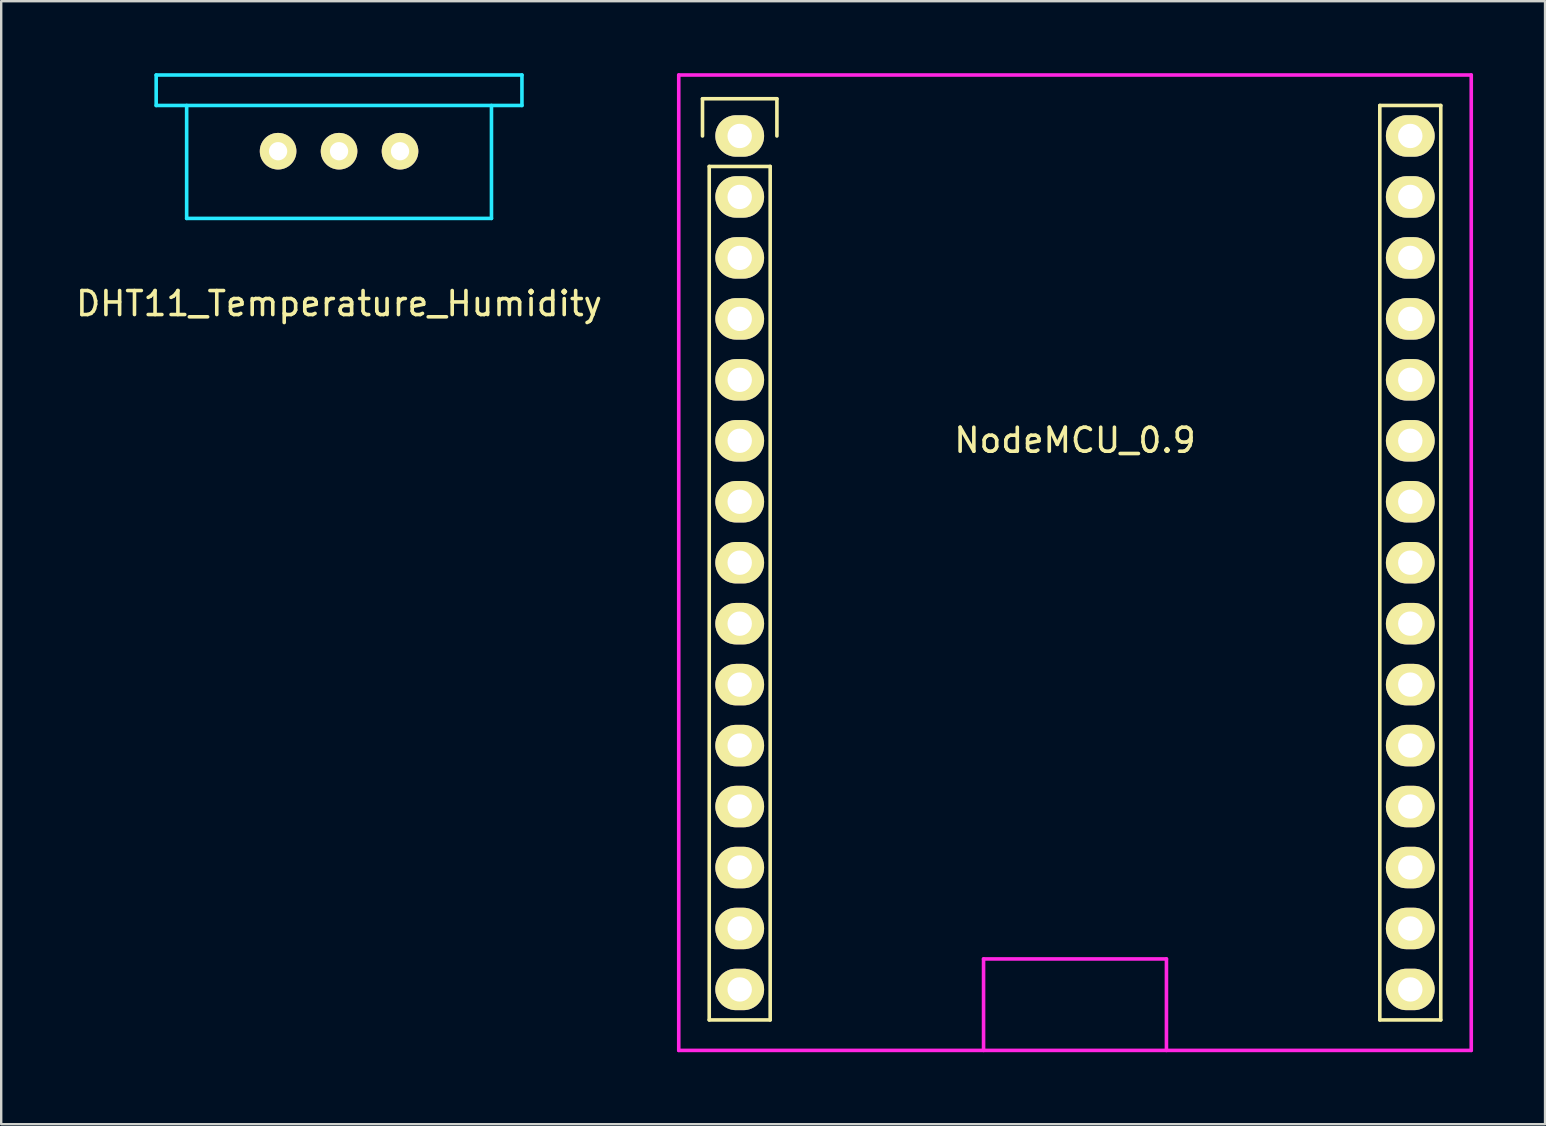
<source format=kicad_pcb>
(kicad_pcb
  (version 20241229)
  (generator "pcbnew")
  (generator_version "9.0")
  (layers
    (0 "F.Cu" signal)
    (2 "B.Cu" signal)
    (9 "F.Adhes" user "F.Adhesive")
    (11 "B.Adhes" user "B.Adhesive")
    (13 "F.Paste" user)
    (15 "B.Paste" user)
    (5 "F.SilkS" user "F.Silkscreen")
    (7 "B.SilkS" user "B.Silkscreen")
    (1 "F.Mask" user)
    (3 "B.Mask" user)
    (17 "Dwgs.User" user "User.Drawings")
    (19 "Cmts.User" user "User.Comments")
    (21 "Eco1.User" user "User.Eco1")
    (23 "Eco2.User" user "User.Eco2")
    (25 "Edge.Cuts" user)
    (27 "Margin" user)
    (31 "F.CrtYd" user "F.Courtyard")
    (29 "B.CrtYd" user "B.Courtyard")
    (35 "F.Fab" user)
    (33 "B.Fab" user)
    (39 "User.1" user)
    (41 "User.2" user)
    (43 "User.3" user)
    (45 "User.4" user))
  (footprint "NodeMCU_0.9"
    (layer "F.Cu")
    (at 27.77 2.615)
    (property "Reference" "NodeMCU_0.9" (at 13.97 12.68 0) (layer "F.SilkS") (effects (font (size 1 1) (thickness 0.15))))
    (attr through_hole)
    (fp_line (start -1.55 -1.55) (end 1.55 -1.55) (stroke (width 0.15) (type solid)) (layer "F.SilkS"))
    (fp_line (start -1.55 0) (end -1.55 -1.55) (stroke (width 0.15) (type solid)) (layer "F.SilkS"))
    (fp_line (start -1.27 1.27) (end -1.27 36.83) (stroke (width 0.15) (type solid)) (layer "F.SilkS"))
    (fp_line (start -1.27 36.83) (end 1.27 36.83) (stroke (width 0.15) (type solid)) (layer "F.SilkS"))
    (fp_line (start 1.27 1.27) (end -1.27 1.27) (stroke (width 0.15) (type solid)) (layer "F.SilkS"))
    (fp_line (start 1.27 36.83) (end 1.27 1.27) (stroke (width 0.15) (type solid)) (layer "F.SilkS"))
    (fp_line (start 1.55 -1.55) (end 1.55 0) (stroke (width 0.15) (type solid)) (layer "F.SilkS"))
    (fp_line (start 26.67 -1.27) (end 26.67 36.83) (stroke (width 0.15) (type solid)) (layer "F.SilkS"))
    (fp_line (start 26.67 36.83) (end 29.21 36.83) (stroke (width 0.15) (type solid)) (layer "F.SilkS"))
    (fp_line (start 29.21 -1.27) (end 26.67 -1.27) (stroke (width 0.15) (type solid)) (layer "F.SilkS"))
    (fp_line (start 29.21 36.83) (end 29.21 -1.27) (stroke (width 0.15) (type solid)) (layer "F.SilkS"))
    (fp_line (start -2.54 -2.54) (end 30.48 -2.54) (stroke (width 0.15) (type solid)) (layer "F.CrtYd"))
    (fp_line (start -2.54 38.1) (end -2.54 -2.54) (stroke (width 0.15) (type solid)) (layer "F.CrtYd"))
    (fp_line (start -2.54 38.1) (end 30.48 38.1) (stroke (width 0.15) (type solid)) (layer "F.CrtYd"))
    (fp_line (start 10.16 34.29) (end 17.78 34.29) (stroke (width 0.15) (type solid)) (layer "F.CrtYd"))
    (fp_line (start 10.16 38.1) (end 10.16 34.29) (stroke (width 0.15) (type solid)) (layer "F.CrtYd"))
    (fp_line (start 17.78 34.29) (end 17.78 38.1) (stroke (width 0.15) (type solid)) (layer "F.CrtYd"))
    (fp_line (start 30.48 -2.54) (end 30.48 38.1) (stroke (width 0.15) (type solid)) (layer "F.CrtYd"))
    (pad "1" thru_hole oval (at 0 0) (size 2.032 1.727) (drill 1.016) (layers "*.Cu" "*.Mask" "F.SilkS"))
    (pad "2" thru_hole oval (at 0 2.54) (size 2.032 1.727) (drill 1.016) (layers "*.Cu" "*.Mask" "F.SilkS"))
    (pad "3" thru_hole oval (at 0 5.08) (size 2.032 1.727) (drill 1.016) (layers "*.Cu" "*.Mask" "F.SilkS"))
    (pad "4" thru_hole oval (at 0 7.62) (size 2.032 1.727) (drill 1.016) (layers "*.Cu" "*.Mask" "F.SilkS"))
    (pad "5" thru_hole oval (at 0 10.16) (size 2.032 1.727) (drill 1.016) (layers "*.Cu" "*.Mask" "F.SilkS"))
    (pad "6" thru_hole oval (at 0 12.7) (size 2.032 1.727) (drill 1.016) (layers "*.Cu" "*.Mask" "F.SilkS"))
    (pad "7" thru_hole oval (at 0 15.24) (size 2.032 1.727) (drill 1.016) (layers "*.Cu" "*.Mask" "F.SilkS"))
    (pad "8" thru_hole oval (at 0 17.78) (size 2.032 1.727) (drill 1.016) (layers "*.Cu" "*.Mask" "F.SilkS"))
    (pad "9" thru_hole oval (at 0 20.32) (size 2.032 1.727) (drill 1.016) (layers "*.Cu" "*.Mask" "F.SilkS"))
    (pad "10" thru_hole oval (at 0 22.86) (size 2.032 1.727) (drill 1.016) (layers "*.Cu" "*.Mask" "F.SilkS"))
    (pad "11" thru_hole oval (at 0 25.4) (size 2.032 1.727) (drill 1.016) (layers "*.Cu" "*.Mask" "F.SilkS"))
    (pad "12" thru_hole oval (at 0 27.94) (size 2.032 1.727) (drill 1.016) (layers "*.Cu" "*.Mask" "F.SilkS"))
    (pad "13" thru_hole oval (at 0 30.48) (size 2.032 1.727) (drill 1.016) (layers "*.Cu" "*.Mask" "F.SilkS"))
    (pad "14" thru_hole oval (at 0 33.02) (size 2.032 1.727) (drill 1.016) (layers "*.Cu" "*.Mask" "F.SilkS"))
    (pad "15" thru_hole oval (at 0 35.56) (size 2.032 1.727) (drill 1.016) (layers "*.Cu" "*.Mask" "F.SilkS"))
    (pad "16" thru_hole oval (at 27.94 35.56) (size 2.032 1.727) (drill 1.016) (layers "*.Cu" "*.Mask" "F.SilkS"))
    (pad "17" thru_hole oval (at 27.94 33.02) (size 2.032 1.727) (drill 1.016) (layers "*.Cu" "*.Mask" "F.SilkS"))
    (pad "18" thru_hole oval (at 27.94 30.48) (size 2.032 1.727) (drill 1.016) (layers "*.Cu" "*.Mask" "F.SilkS"))
    (pad "19" thru_hole oval (at 27.94 27.94) (size 2.032 1.727) (drill 1.016) (layers "*.Cu" "*.Mask" "F.SilkS"))
    (pad "20" thru_hole oval (at 27.94 25.4) (size 2.032 1.727) (drill 1.016) (layers "*.Cu" "*.Mask" "F.SilkS"))
    (pad "21" thru_hole oval (at 27.94 22.86) (size 2.032 1.727) (drill 1.016) (layers "*.Cu" "*.Mask" "F.SilkS"))
    (pad "22" thru_hole oval (at 27.94 20.32) (size 2.032 1.727) (drill 1.016) (layers "*.Cu" "*.Mask" "F.SilkS"))
    (pad "23" thru_hole oval (at 27.94 17.78) (size 2.032 1.727) (drill 1.016) (layers "*.Cu" "*.Mask" "F.SilkS"))
    (pad "24" thru_hole oval (at 27.94 15.24) (size 2.032 1.727) (drill 1.016) (layers "*.Cu" "*.Mask" "F.SilkS"))
    (pad "25" thru_hole oval (at 27.94 12.7) (size 2.032 1.727) (drill 1.016) (layers "*.Cu" "*.Mask" "F.SilkS"))
    (pad "26" thru_hole oval (at 27.94 10.16) (size 2.032 1.727) (drill 1.016) (layers "*.Cu" "*.Mask" "F.SilkS"))
    (pad "27" thru_hole oval (at 27.94 7.62) (size 2.032 1.727) (drill 1.016) (layers "*.Cu" "*.Mask" "F.SilkS"))
    (pad "28" thru_hole oval (at 27.94 5.08) (size 2.032 1.727) (drill 1.016) (layers "*.Cu" "*.Mask" "F.SilkS"))
    (pad "29" thru_hole oval (at 27.94 2.54) (size 2.032 1.727) (drill 1.016) (layers "*.Cu" "*.Mask" "F.SilkS"))
    (pad "30" thru_hole oval (at 27.94 0) (size 2.032 1.727) (drill 1.016) (layers "*.Cu" "*.Mask" "F.SilkS")))
  (footprint "DHT11_Temperature_Humidity"
    (layer "F.Cu")
    (at 11.077 3.25)
    (property "Reference" "DHT11_Temperature_Humidity" (at 0 6.35 0) (layer "F.SilkS") (effects (font (size 1 1) (thickness 0.15))))
    (attr through_hole)
    (fp_line (start -7.62 -3.175) (end 7.62 -3.175) (stroke (width 0.15) (type solid)) (layer "B.CrtYd"))
    (fp_line (start -7.62 -1.905) (end -7.62 -3.175) (stroke (width 0.15) (type solid)) (layer "B.CrtYd"))
    (fp_line (start -6.35 -1.905) (end -6.35 2.8) (stroke (width 0.15) (type solid)) (layer "B.CrtYd"))
    (fp_line (start -6.35 2.8) (end 6.35 2.8) (stroke (width 0.15) (type solid)) (layer "B.CrtYd"))
    (fp_line (start 6.35 2.8) (end 6.35 -1.905) (stroke (width 0.15) (type solid)) (layer "B.CrtYd"))
    (fp_line (start 7.62 -3.175) (end 7.62 -1.905) (stroke (width 0.15) (type solid)) (layer "B.CrtYd"))
    (fp_line (start 7.62 -1.905) (end -7.62 -1.905) (stroke (width 0.15) (type solid)) (layer "B.CrtYd"))
    (pad "1" thru_hole circle (at -2.54 0) (size 1.524 1.524) (drill 0.762) (layers "*.Cu" "*.Mask" "F.SilkS"))
    (pad "2" thru_hole circle (at 0 0) (size 1.524 1.524) (drill 0.762) (layers "*.Cu" "*.Mask" "F.SilkS"))
    (pad "3" thru_hole circle (at 2.54 0) (size 1.524 1.524) (drill 0.762) (layers "*.Cu" "*.Mask" "F.SilkS")))
  (gr_rect
    (start -3 -3)
    (end 61.325 43.79)
    (stroke (width 0.1) (type default))
    (fill no)
    (layer "Edge.Cuts")))
</source>
